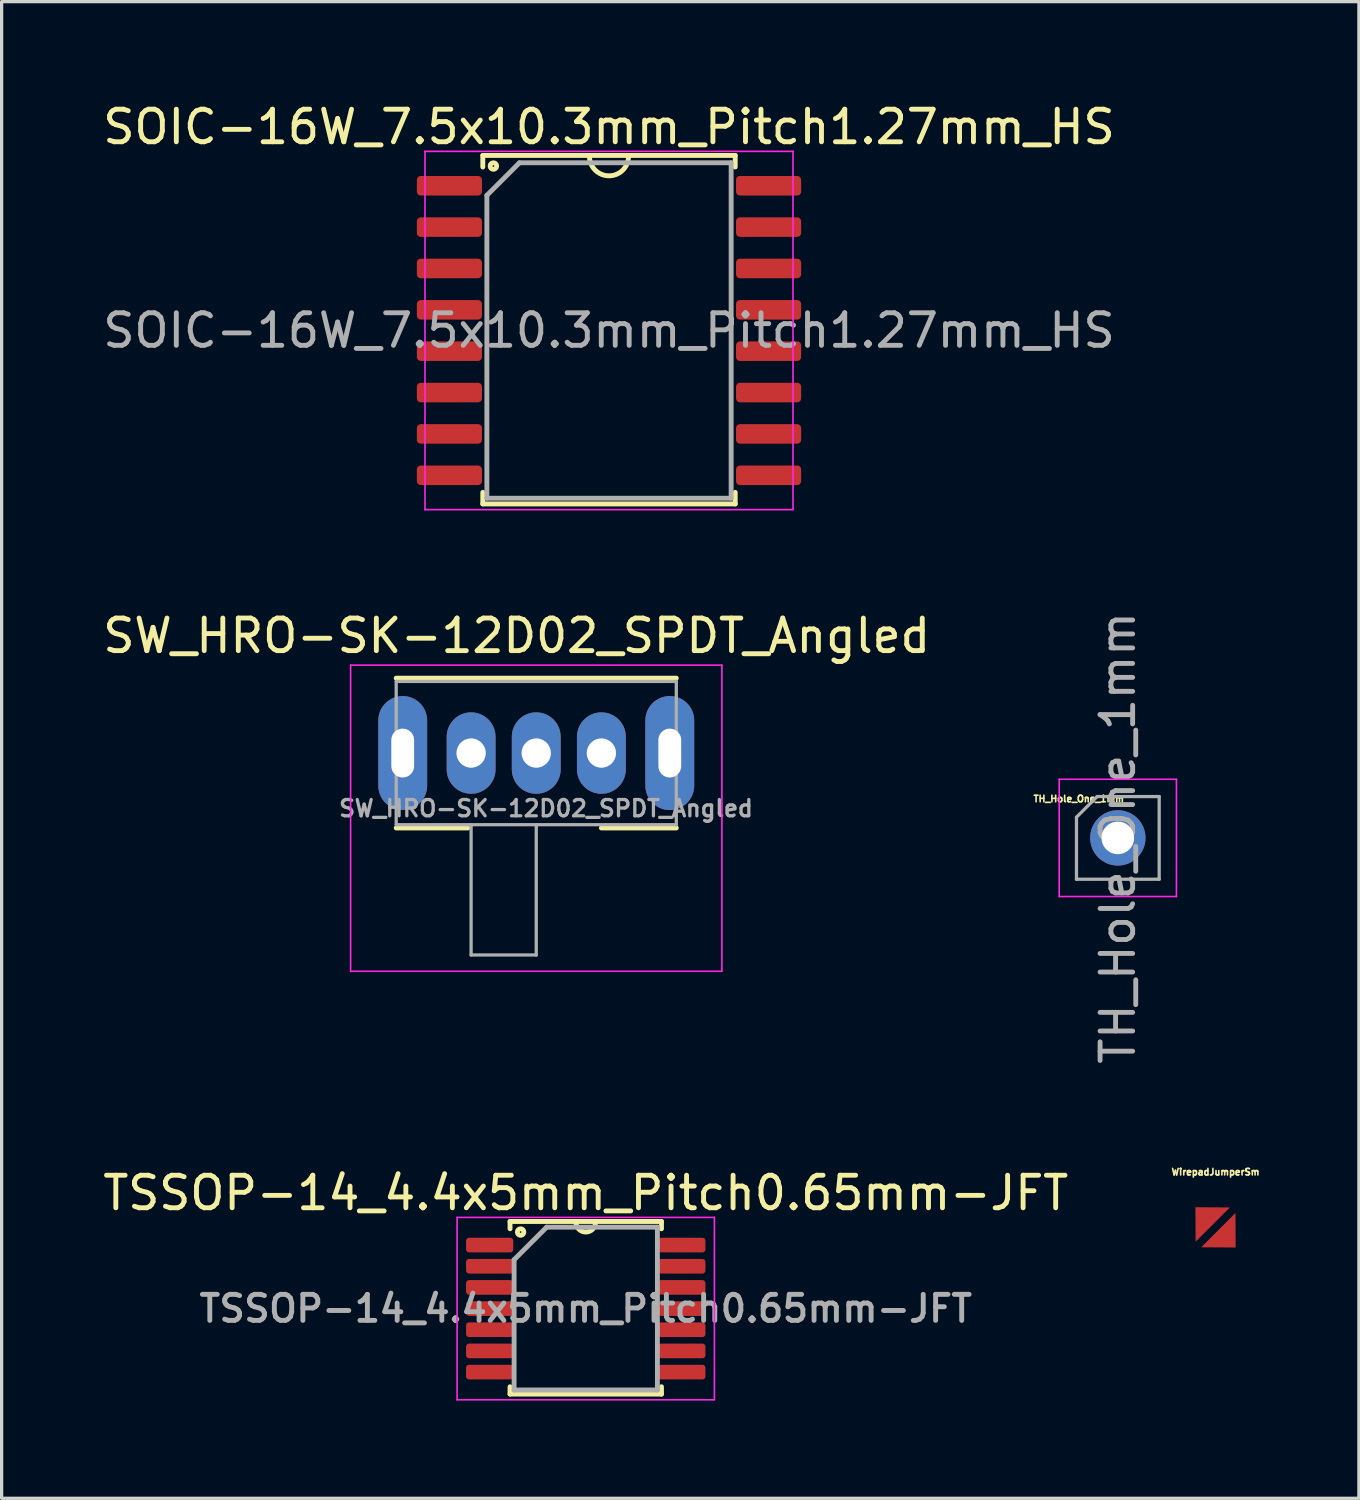
<source format=kicad_pcb>
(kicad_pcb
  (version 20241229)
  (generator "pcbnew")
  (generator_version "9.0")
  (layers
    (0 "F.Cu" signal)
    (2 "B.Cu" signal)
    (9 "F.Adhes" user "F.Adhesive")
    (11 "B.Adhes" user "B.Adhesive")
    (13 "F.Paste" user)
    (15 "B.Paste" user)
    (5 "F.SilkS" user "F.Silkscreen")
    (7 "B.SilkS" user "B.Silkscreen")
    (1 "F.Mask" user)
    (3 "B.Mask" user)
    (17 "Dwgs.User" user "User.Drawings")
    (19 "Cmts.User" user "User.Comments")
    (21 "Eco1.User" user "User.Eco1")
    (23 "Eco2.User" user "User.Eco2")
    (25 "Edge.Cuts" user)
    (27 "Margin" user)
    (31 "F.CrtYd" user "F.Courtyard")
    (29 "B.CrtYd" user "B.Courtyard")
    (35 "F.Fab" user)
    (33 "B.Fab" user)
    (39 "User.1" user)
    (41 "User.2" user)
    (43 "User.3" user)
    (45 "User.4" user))
  (footprint "SW_HRO-SK-12D02_SPDT_Angled"
    (layer "F.Cu")
    (at 13.415 20.072)
    (property "Reference" "SW_HRO-SK-12D02_SPDT_Angled" (at -0.6 -3.6 0) (layer "F.SilkS") (effects (font (size 1 1) (thickness 0.15))))
    (attr through_hole)
    (fp_line (start -4.3 -2.3) (end 4.3 -2.3) (stroke (width 0.15) (type solid)) (layer "F.SilkS"))
    (fp_line (start -4.3 2.3) (end -2.1 2.3) (stroke (width 0.15) (type solid)) (layer "F.SilkS"))
    (fp_line (start 2 2.3) (end 4.3 2.3) (stroke (width 0.15) (type solid)) (layer "F.SilkS"))
    (fp_line (start -5.7 -2.7) (end 5.7 -2.7) (stroke (width 0.05) (type solid)) (layer "F.CrtYd"))
    (fp_line (start -5.7 6.7) (end -5.7 -2.7) (stroke (width 0.05) (type solid)) (layer "F.CrtYd"))
    (fp_line (start 5.7 -2.7) (end 5.7 6.7) (stroke (width 0.05) (type solid)) (layer "F.CrtYd"))
    (fp_line (start 5.7 6.7) (end -5.7 6.7) (stroke (width 0.05) (type solid)) (layer "F.CrtYd"))
    (fp_line (start -4.3 -2.2) (end -4.3 2.2) (stroke (width 0.1) (type solid)) (layer "F.Fab"))
    (fp_line (start -4.3 -2.2) (end 4.3 -2.2) (stroke (width 0.1) (type solid)) (layer "F.Fab"))
    (fp_line (start -4.3 2.2) (end 4.3 2.2) (stroke (width 0.1) (type solid)) (layer "F.Fab"))
    (fp_line (start -2 6.2) (end -2 2.2) (stroke (width 0.1) (type solid)) (layer "F.Fab"))
    (fp_line (start 0 2.2) (end 0 6.2) (stroke (width 0.1) (type solid)) (layer "F.Fab"))
    (fp_line (start 0 6.2) (end -2 6.2) (stroke (width 0.1) (type solid)) (layer "F.Fab"))
    (fp_line (start 4.3 2.2) (end 4.3 -2.2) (stroke (width 0.1) (type solid)) (layer "F.Fab"))
    (fp_text user "${REFERENCE}" (at 0.3 1.7 0) (layer "F.Fab") (effects (font (size 0.5 0.5) (thickness 0.1))))
    (pad "" thru_hole oval (at -4.1 0) (size 1.5 3.5) (drill oval 0.7 1.5) (layers "*.Cu" "*.Mask"))
    (pad "" thru_hole oval (at 4.1 0) (size 1.5 3.5) (drill oval 0.7 1.5) (layers "*.Cu" "*.Mask"))
    (pad "1" thru_hole oval (at -2 0) (size 1.5 2.5) (drill 0.9) (layers "*.Cu" "*.Mask"))
    (pad "2" thru_hole oval (at 0 0) (size 1.5 2.5) (drill 0.9) (layers "*.Cu" "*.Mask"))
    (pad "3" thru_hole oval (at 2 0) (size 1.5 2.5) (drill 0.9) (layers "*.Cu" "*.Mask")))
  (footprint "TSSOP-14_4.4x5mm_Pitch0.65mm-JFT"
    (layer "F.Cu")
    (at 14.935 37.129)
    (property "Reference" "TSSOP-14_4.4x5mm_Pitch0.65mm-JFT" (at 0 -3.55 0) (layer "F.SilkS") (effects (font (size 1 1) (thickness 0.15))))
    (attr smd)
    (fp_line (start -2.325 -2.675) (end 2.325 -2.675) (stroke (width 0.15) (type solid)) (layer "F.SilkS"))
    (fp_line (start -2.325 -2.45) (end -2.325 -2.675) (stroke (width 0.15) (type solid)) (layer "F.SilkS"))
    (fp_line (start -2.325 2.625) (end -2.325 2.4) (stroke (width 0.15) (type solid)) (layer "F.SilkS"))
    (fp_line (start -2.325 2.625) (end 2.325 2.625) (stroke (width 0.15) (type solid)) (layer "F.SilkS"))
    (fp_line (start 2.325 -2.675) (end 2.325 -2.45) (stroke (width 0.15) (type solid)) (layer "F.SilkS"))
    (fp_line (start 2.325 2.625) (end 2.325 2.4) (stroke (width 0.15) (type solid)) (layer "F.SilkS"))
    (fp_arc (start 0.3 -2.65) (mid 0 -2.35) (end -0.3 -2.65) (stroke (width 0.15) (type solid)) (layer "F.SilkS"))
    (fp_circle (center -2 -2.35) (end -1.9 -2.35) (stroke (width 0.15) (type solid)) (fill no) (layer "F.SilkS"))
    (fp_line (start -3.95 -2.8) (end -3.95 2.8) (stroke (width 0.05) (type solid)) (layer "F.CrtYd"))
    (fp_line (start -3.95 -2.8) (end 3.95 -2.8) (stroke (width 0.05) (type solid)) (layer "F.CrtYd"))
    (fp_line (start -3.95 2.8) (end 3.95 2.8) (stroke (width 0.05) (type solid)) (layer "F.CrtYd"))
    (fp_line (start 3.95 -2.8) (end 3.95 2.8) (stroke (width 0.05) (type solid)) (layer "F.CrtYd"))
    (fp_line (start -2.2 -1.5) (end -1.2 -2.5) (stroke (width 0.15) (type solid)) (layer "F.Fab"))
    (fp_line (start -2.2 2.5) (end -2.2 -1.5) (stroke (width 0.15) (type solid)) (layer "F.Fab"))
    (fp_line (start -1.2 -2.5) (end 2.2 -2.5) (stroke (width 0.15) (type solid)) (layer "F.Fab"))
    (fp_line (start 2.2 -2.5) (end 2.2 2.5) (stroke (width 0.15) (type solid)) (layer "F.Fab"))
    (fp_line (start 2.2 2.5) (end -2.2 2.5) (stroke (width 0.15) (type solid)) (layer "F.Fab"))
    (fp_text user "${REFERENCE}" (at 0 0 0) (layer "F.Fab") (effects (font (size 0.8 0.8) (thickness 0.15))))
    (pad "1" smd roundrect (at -2.95 -1.95) (size 1.45 0.45) (layers "F.Cu" "F.Mask" "F.Paste") (roundrect_rratio 0.2))
    (pad "2" smd roundrect (at -2.95 -1.3) (size 1.45 0.45) (layers "F.Cu" "F.Mask" "F.Paste") (roundrect_rratio 0.2))
    (pad "3" smd roundrect (at -2.95 -0.65) (size 1.45 0.45) (layers "F.Cu" "F.Mask" "F.Paste") (roundrect_rratio 0.2))
    (pad "4" smd roundrect (at -2.95 0) (size 1.45 0.45) (layers "F.Cu" "F.Mask" "F.Paste") (roundrect_rratio 0.2))
    (pad "5" smd roundrect (at -2.95 0.65) (size 1.45 0.45) (layers "F.Cu" "F.Mask" "F.Paste") (roundrect_rratio 0.2))
    (pad "6" smd roundrect (at -2.95 1.3) (size 1.45 0.45) (layers "F.Cu" "F.Mask" "F.Paste") (roundrect_rratio 0.2))
    (pad "7" smd roundrect (at -2.95 1.95) (size 1.45 0.45) (layers "F.Cu" "F.Mask" "F.Paste") (roundrect_rratio 0.2))
    (pad "8" smd roundrect (at 2.95 1.95) (size 1.45 0.45) (layers "F.Cu" "F.Mask" "F.Paste") (roundrect_rratio 0.2))
    (pad "9" smd roundrect (at 2.95 1.3) (size 1.45 0.45) (layers "F.Cu" "F.Mask" "F.Paste") (roundrect_rratio 0.2))
    (pad "10" smd roundrect (at 2.95 0.65) (size 1.45 0.45) (layers "F.Cu" "F.Mask" "F.Paste") (roundrect_rratio 0.2))
    (pad "11" smd roundrect (at 2.95 0) (size 1.45 0.45) (layers "F.Cu" "F.Mask" "F.Paste") (roundrect_rratio 0.2))
    (pad "12" smd roundrect (at 2.95 -0.65) (size 1.45 0.45) (layers "F.Cu" "F.Mask" "F.Paste") (roundrect_rratio 0.2))
    (pad "13" smd roundrect (at 2.95 -1.3) (size 1.45 0.45) (layers "F.Cu" "F.Mask" "F.Paste") (roundrect_rratio 0.2))
    (pad "14" smd roundrect (at 2.95 -1.95) (size 1.45 0.45) (layers "F.Cu" "F.Mask" "F.Paste") (roundrect_rratio 0.2)))
  (footprint "TH_Hole_One_1mm"
    (layer "F.Cu")
    (at 31.272 22.677)
    (property "Reference" "TH_Hole_One_1mm" (at -1.2 -1.2 0) (layer "F.SilkS") (effects (font (size 0.2 0.2) (thickness 0.05))))
    (attr through_hole)
    (fp_line (start -1.8 -1.8) (end -1.8 1.8) (stroke (width 0.05) (type solid)) (layer "F.CrtYd"))
    (fp_line (start -1.8 1.8) (end 1.8 1.8) (stroke (width 0.05) (type solid)) (layer "F.CrtYd"))
    (fp_line (start 1.8 -1.8) (end -1.8 -1.8) (stroke (width 0.05) (type solid)) (layer "F.CrtYd"))
    (fp_line (start 1.8 1.8) (end 1.8 -1.8) (stroke (width 0.05) (type solid)) (layer "F.CrtYd"))
    (fp_line (start -1.27 -0.635) (end -0.635 -1.27) (stroke (width 0.1) (type solid)) (layer "F.Fab"))
    (fp_line (start -1.27 1.27) (end -1.27 -0.635) (stroke (width 0.1) (type solid)) (layer "F.Fab"))
    (fp_line (start -0.635 -1.27) (end 1.27 -1.27) (stroke (width 0.1) (type solid)) (layer "F.Fab"))
    (fp_line (start 1.27 -1.27) (end 1.27 1.27) (stroke (width 0.1) (type solid)) (layer "F.Fab"))
    (fp_line (start 1.27 1.27) (end -1.27 1.27) (stroke (width 0.1) (type solid)) (layer "F.Fab"))
    (fp_text user "${REFERENCE}" (at 0 0 90) (layer "F.Fab") (effects (font (size 1 1) (thickness 0.15))))
    (pad "1" thru_hole circle (at 0 0) (size 1.7 1.7) (drill 1) (layers "*.Cu" "*.Mask")))
  (footprint "WirepadJumperSm"
    (layer "F.Cu")
    (at 34.272 34.635)
    (property "Reference" "WirepadJumperSm" (at 0 -1.7 180) (layer "F.SilkS") (effects (font (size 0.2 0.2) (thickness 0.05))))
    (attr through_hole)
    (fp_poly (pts (xy 0.65 0.65) (xy -0.65 0.65) (xy -0.65 -0.675) (xy 0.65 -0.675)) (stroke (width 0.01) (type solid)) (fill yes) (layer "F.Mask"))
    (pad "1" smd trapezoid (at -0.35 -0.35 225) (size 0.75 0.75) (rect_delta 0 -0.74) (layers "F.Cu" "F.Paste"))
    (pad "2" smd trapezoid (at 0.35 0.35 45) (size 0.75 0.75) (rect_delta 0 -0.74) (layers "F.Cu" "F.Paste")))
  (footprint "SOIC-16W_7.5x10.3mm_Pitch1.27mm_HS"
    (layer "F.Cu")
    (at 15.649 7.098)
    (property "Reference" "SOIC-16W_7.5x10.3mm_Pitch1.27mm_HS" (at 0 -6.25 0) (layer "F.SilkS") (effects (font (size 1 1) (thickness 0.15))))
    (attr smd)
    (fp_line (start -3.875 -5.375) (end -3.875 -5.02) (stroke (width 0.15) (type solid)) (layer "F.SilkS"))
    (fp_line (start -3.875 -5.375) (end 3.875 -5.375) (stroke (width 0.15) (type solid)) (layer "F.SilkS"))
    (fp_line (start -3.875 5.325) (end -3.875 4.97) (stroke (width 0.15) (type solid)) (layer "F.SilkS"))
    (fp_line (start -3.875 5.325) (end 3.875 5.325) (stroke (width 0.15) (type solid)) (layer "F.SilkS"))
    (fp_line (start 3.875 -5.375) (end 3.875 -5.02) (stroke (width 0.15) (type solid)) (layer "F.SilkS"))
    (fp_line (start 3.875 5.325) (end 3.875 4.97) (stroke (width 0.15) (type solid)) (layer "F.SilkS"))
    (fp_arc (start 0.6 -5.35) (mid 0 -4.75) (end -0.6 -5.35) (stroke (width 0.15) (type solid)) (layer "F.SilkS"))
    (fp_circle (center -3.55 -5.05) (end -3.45 -5.05) (stroke (width 0.15) (type solid)) (fill no) (layer "F.SilkS"))
    (fp_line (start -5.65 -5.5) (end -5.65 5.5) (stroke (width 0.05) (type solid)) (layer "F.CrtYd"))
    (fp_line (start -5.65 -5.5) (end 5.65 -5.5) (stroke (width 0.05) (type solid)) (layer "F.CrtYd"))
    (fp_line (start -5.65 5.5) (end 5.65 5.5) (stroke (width 0.05) (type solid)) (layer "F.CrtYd"))
    (fp_line (start 5.65 -5.5) (end 5.65 5.5) (stroke (width 0.05) (type solid)) (layer "F.CrtYd"))
    (fp_line (start -3.75 -4.15) (end -2.75 -5.15) (stroke (width 0.15) (type solid)) (layer "F.Fab"))
    (fp_line (start -3.75 5.15) (end -3.75 -4.15) (stroke (width 0.15) (type solid)) (layer "F.Fab"))
    (fp_line (start -2.75 -5.15) (end 3.75 -5.15) (stroke (width 0.15) (type solid)) (layer "F.Fab"))
    (fp_line (start 3.75 -5.15) (end 3.75 5.15) (stroke (width 0.15) (type solid)) (layer "F.Fab"))
    (fp_line (start 3.75 5.15) (end -3.75 5.15) (stroke (width 0.15) (type solid)) (layer "F.Fab"))
    (fp_text user "${REFERENCE}" (at 0 0 0) (layer "F.Fab") (effects (font (size 1 1) (thickness 0.15))))
    (pad "1" smd roundrect (at -4.9 -4.445) (size 2 0.6) (layers "F.Cu" "F.Mask" "F.Paste") (roundrect_rratio 0.2))
    (pad "2" smd roundrect (at -4.9 -3.175) (size 2 0.6) (layers "F.Cu" "F.Mask" "F.Paste") (roundrect_rratio 0.2))
    (pad "3" smd roundrect (at -4.9 -1.905) (size 2 0.6) (layers "F.Cu" "F.Mask" "F.Paste") (roundrect_rratio 0.2))
    (pad "4" smd roundrect (at -4.9 -0.635) (size 2 0.6) (layers "F.Cu" "F.Mask" "F.Paste") (roundrect_rratio 0.2))
    (pad "5" smd roundrect (at -4.9 0.635) (size 2 0.6) (layers "F.Cu" "F.Mask" "F.Paste") (roundrect_rratio 0.2))
    (pad "6" smd roundrect (at -4.9 1.905) (size 2 0.6) (layers "F.Cu" "F.Mask" "F.Paste") (roundrect_rratio 0.2))
    (pad "7" smd roundrect (at -4.9 3.175) (size 2 0.6) (layers "F.Cu" "F.Mask" "F.Paste") (roundrect_rratio 0.2))
    (pad "8" smd roundrect (at -4.9 4.445) (size 2 0.6) (layers "F.Cu" "F.Mask" "F.Paste") (roundrect_rratio 0.2))
    (pad "9" smd roundrect (at 4.9 4.445) (size 2 0.6) (layers "F.Cu" "F.Mask" "F.Paste") (roundrect_rratio 0.2))
    (pad "10" smd roundrect (at 4.9 3.175) (size 2 0.6) (layers "F.Cu" "F.Mask" "F.Paste") (roundrect_rratio 0.2))
    (pad "11" smd roundrect (at 4.9 1.905) (size 2 0.6) (layers "F.Cu" "F.Mask" "F.Paste") (roundrect_rratio 0.2))
    (pad "12" smd roundrect (at 4.9 0.635) (size 2 0.6) (layers "F.Cu" "F.Mask" "F.Paste") (roundrect_rratio 0.2))
    (pad "13" smd roundrect (at 4.9 -0.635) (size 2 0.6) (layers "F.Cu" "F.Mask" "F.Paste") (roundrect_rratio 0.2))
    (pad "14" smd roundrect (at 4.9 -1.905) (size 2 0.6) (layers "F.Cu" "F.Mask" "F.Paste") (roundrect_rratio 0.2))
    (pad "15" smd roundrect (at 4.9 -3.175) (size 2 0.6) (layers "F.Cu" "F.Mask" "F.Paste") (roundrect_rratio 0.2))
    (pad "16" smd roundrect (at 4.9 -4.445) (size 2 0.6) (layers "F.Cu" "F.Mask" "F.Paste") (roundrect_rratio 0.2)))
  (gr_rect
    (start -3 -3)
    (end 38.674 42.954)
    (stroke (width 0.1) (type default))
    (fill no)
    (layer "Edge.Cuts")))
</source>
